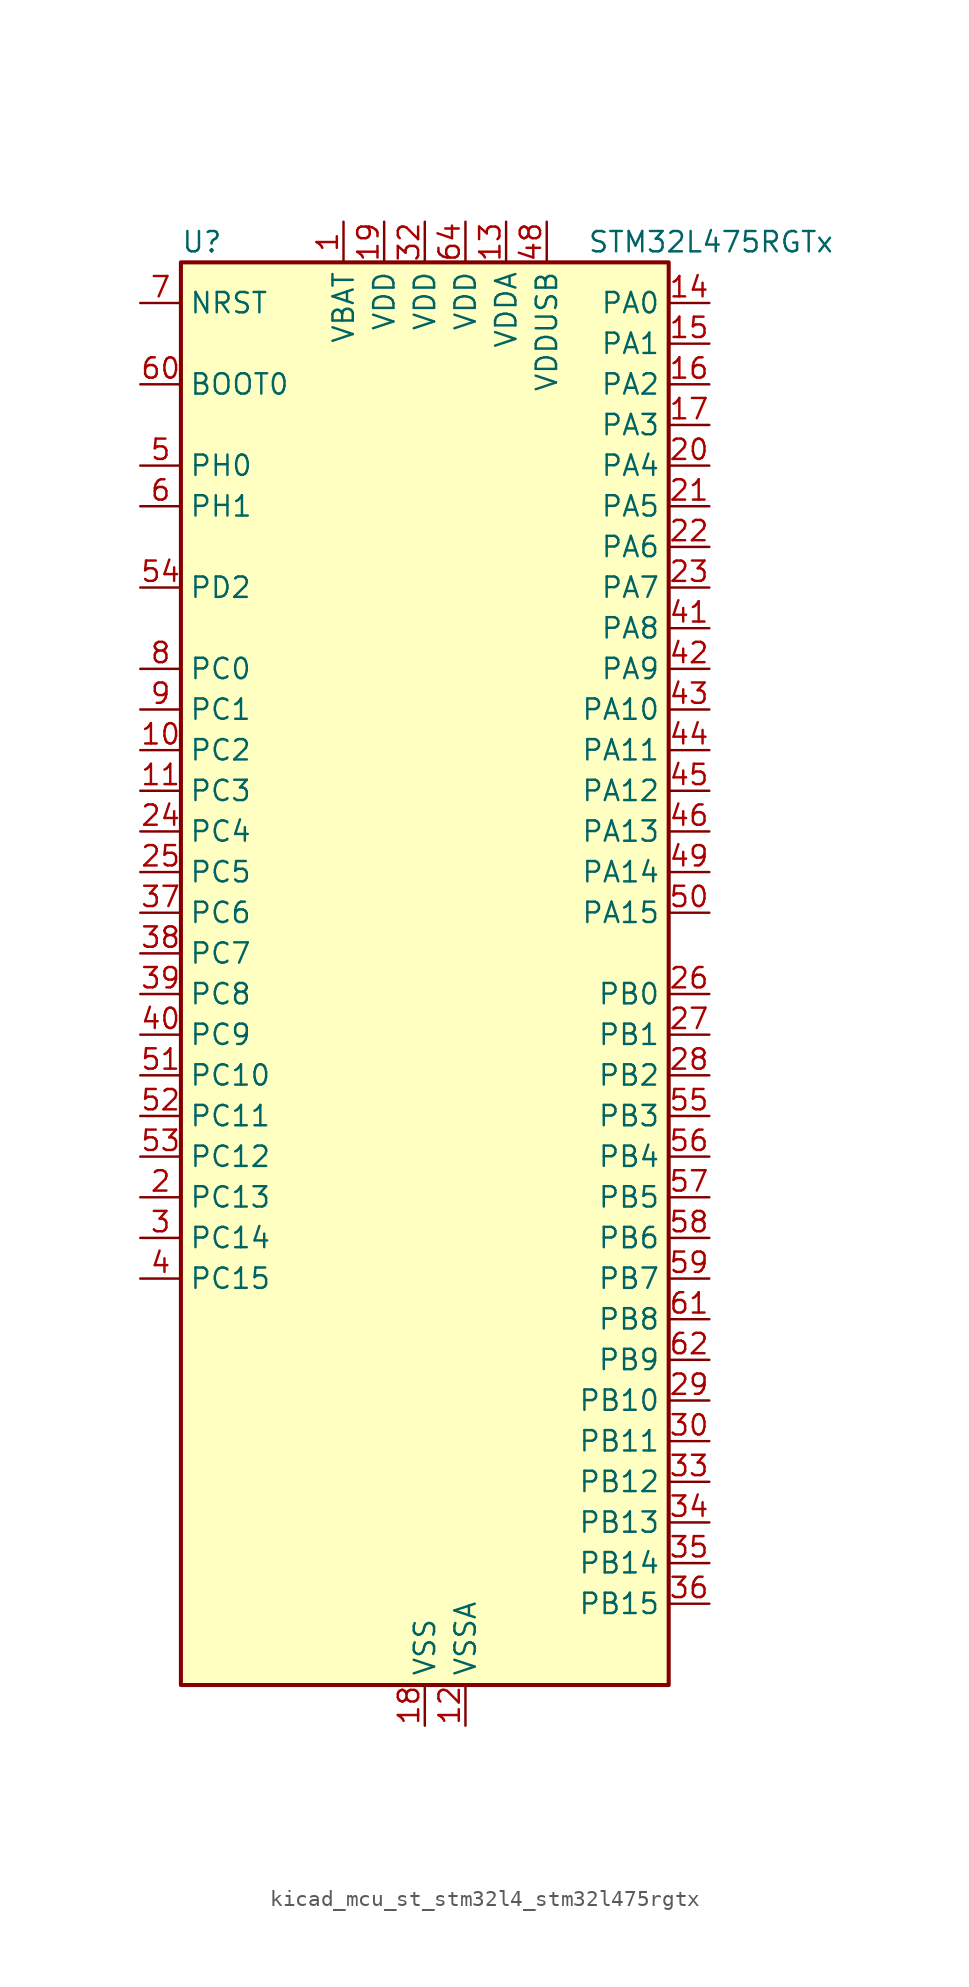
<source format=kicad_sym>
(kicad_symbol_lib
  (version 20220914)
  (generator kicad_symbol_editor)
  (symbol "kicad_mcu_st_stm32l4_stm32l475rgtx"
    (property "Reference" "U"
      (at -15.24 46.99 0)
      (effects (font (size 1.27 1.27)) (justify left)))
    (property "Value" "STM32L475RGTx"
      (at 10.16 46.99 0)
      (effects (font (size 1.27 1.27)) (justify left)))
    (property "ki_locked" ""
      (at 0 0 0)
      (effects (font (size 1.27 1.27))))
    (symbol "kicad_mcu_st_stm32l4_stm32l475rgtx_0_1"
      (rectangle (start -15.24 -43.18) (end 15.24 45.72) (stroke (width 0.254) (type default)) (fill (type background))))
    (symbol "kicad_mcu_st_stm32l4_stm32l475rgtx_1_1"
      (pin power_in line (at -5.08 48.26 270) (length 2.54) (name "VBAT" (effects (font (size 1.27 1.27)))) (number "1" (effects (font (size 1.27 1.27)))))
      (pin bidirectional line (at -17.78 15.24 0) (length 2.54) (name "PC2" (effects (font (size 1.27 1.27)))) (number "10" (effects (font (size 1.27 1.27)))) (alternate "ADC1_IN3" bidirectional line) (alternate "ADC2_IN3" bidirectional line) (alternate "ADC3_IN3" bidirectional line) (alternate "DFSDM1_CKOUT" bidirectional line) (alternate "LPTIM1_IN2" bidirectional line) (alternate "SPI2_MISO" bidirectional line))
      (pin bidirectional line (at -17.78 12.7 0) (length 2.54) (name "PC3" (effects (font (size 1.27 1.27)))) (number "11" (effects (font (size 1.27 1.27)))) (alternate "ADC1_IN4" bidirectional line) (alternate "ADC2_IN4" bidirectional line) (alternate "ADC3_IN4" bidirectional line) (alternate "LPTIM1_ETR" bidirectional line) (alternate "LPTIM2_ETR" bidirectional line) (alternate "SAI1_SD_A" bidirectional line) (alternate "SPI2_MOSI" bidirectional line))
      (pin power_in line (at 2.54 -45.72 90) (length 2.54) (name "VSSA" (effects (font (size 1.27 1.27)))) (number "12" (effects (font (size 1.27 1.27)))))
      (pin power_in line (at 5.08 48.26 270) (length 2.54) (name "VDDA" (effects (font (size 1.27 1.27)))) (number "13" (effects (font (size 1.27 1.27)))))
      (pin bidirectional line (at 17.78 43.18 180) (length 2.54) (name "PA0" (effects (font (size 1.27 1.27)))) (number "14" (effects (font (size 1.27 1.27)))) (alternate "ADC1_IN5" bidirectional line) (alternate "ADC2_IN5" bidirectional line) (alternate "OPAMP1_VINP" bidirectional line) (alternate "RTC_TAMP2" bidirectional line) (alternate "SAI1_EXTCLK" bidirectional line) (alternate "SYS_WKUP1" bidirectional line) (alternate "TIM2_CH1" bidirectional line) (alternate "TIM2_ETR" bidirectional line) (alternate "TIM5_CH1" bidirectional line) (alternate "TIM8_ETR" bidirectional line) (alternate "UART4_TX" bidirectional line) (alternate "USART2_CTS" bidirectional line))
      (pin bidirectional line (at 17.78 40.64 180) (length 2.54) (name "PA1" (effects (font (size 1.27 1.27)))) (number "15" (effects (font (size 1.27 1.27)))) (alternate "ADC1_IN6" bidirectional line) (alternate "ADC2_IN6" bidirectional line) (alternate "OPAMP1_VINM" bidirectional line) (alternate "TIM15_CH1N" bidirectional line) (alternate "TIM2_CH2" bidirectional line) (alternate "TIM5_CH2" bidirectional line) (alternate "UART4_RX" bidirectional line) (alternate "USART2_DE" bidirectional line) (alternate "USART2_RTS" bidirectional line))
      (pin bidirectional line (at 17.78 38.1 180) (length 2.54) (name "PA2" (effects (font (size 1.27 1.27)))) (number "16" (effects (font (size 1.27 1.27)))) (alternate "ADC1_IN7" bidirectional line) (alternate "ADC2_IN7" bidirectional line) (alternate "RCC_LSCO" bidirectional line) (alternate "SAI2_EXTCLK" bidirectional line) (alternate "SYS_WKUP4" bidirectional line) (alternate "TIM15_CH1" bidirectional line) (alternate "TIM2_CH3" bidirectional line) (alternate "TIM5_CH3" bidirectional line) (alternate "USART2_TX" bidirectional line))
      (pin bidirectional line (at 17.78 35.56 180) (length 2.54) (name "PA3" (effects (font (size 1.27 1.27)))) (number "17" (effects (font (size 1.27 1.27)))) (alternate "ADC1_IN8" bidirectional line) (alternate "ADC2_IN8" bidirectional line) (alternate "OPAMP1_VOUT" bidirectional line) (alternate "TIM15_CH2" bidirectional line) (alternate "TIM2_CH4" bidirectional line) (alternate "TIM5_CH4" bidirectional line) (alternate "USART2_RX" bidirectional line))
      (pin power_in line (at 0 -45.72 90) (length 2.54) (name "VSS" (effects (font (size 1.27 1.27)))) (number "18" (effects (font (size 1.27 1.27)))))
      (pin power_in line (at -2.54 48.26 270) (length 2.54) (name "VDD" (effects (font (size 1.27 1.27)))) (number "19" (effects (font (size 1.27 1.27)))))
      (pin bidirectional line (at -17.78 -12.7 0) (length 2.54) (name "PC13" (effects (font (size 1.27 1.27)))) (number "2" (effects (font (size 1.27 1.27)))) (alternate "RTC_OUT_ALARM" bidirectional line) (alternate "RTC_OUT_CALIB" bidirectional line) (alternate "RTC_TAMP1" bidirectional line) (alternate "RTC_TS" bidirectional line) (alternate "SYS_WKUP2" bidirectional line))
      (pin bidirectional line (at 17.78 33.02 180) (length 2.54) (name "PA4" (effects (font (size 1.27 1.27)))) (number "20" (effects (font (size 1.27 1.27)))) (alternate "ADC1_IN9" bidirectional line) (alternate "ADC2_IN9" bidirectional line) (alternate "DAC1_OUT1" bidirectional line) (alternate "LPTIM2_OUT" bidirectional line) (alternate "SAI1_FS_B" bidirectional line) (alternate "SPI1_NSS" bidirectional line) (alternate "SPI3_NSS" bidirectional line) (alternate "USART2_CK" bidirectional line))
      (pin bidirectional line (at 17.78 30.48 180) (length 2.54) (name "PA5" (effects (font (size 1.27 1.27)))) (number "21" (effects (font (size 1.27 1.27)))) (alternate "ADC1_IN10" bidirectional line) (alternate "ADC2_IN10" bidirectional line) (alternate "DAC1_OUT2" bidirectional line) (alternate "LPTIM2_ETR" bidirectional line) (alternate "SPI1_SCK" bidirectional line) (alternate "TIM2_CH1" bidirectional line) (alternate "TIM2_ETR" bidirectional line) (alternate "TIM8_CH1N" bidirectional line))
      (pin bidirectional line (at 17.78 27.94 180) (length 2.54) (name "PA6" (effects (font (size 1.27 1.27)))) (number "22" (effects (font (size 1.27 1.27)))) (alternate "ADC1_IN11" bidirectional line) (alternate "ADC2_IN11" bidirectional line) (alternate "OPAMP2_VINP" bidirectional line) (alternate "QUADSPI_BK1_IO3" bidirectional line) (alternate "SPI1_MISO" bidirectional line) (alternate "TIM16_CH1" bidirectional line) (alternate "TIM1_BKIN" bidirectional line) (alternate "TIM1_BKIN_COMP2" bidirectional line) (alternate "TIM3_CH1" bidirectional line) (alternate "TIM8_BKIN" bidirectional line) (alternate "TIM8_BKIN_COMP2" bidirectional line) (alternate "USART3_CTS" bidirectional line))
      (pin bidirectional line (at 17.78 25.4 180) (length 2.54) (name "PA7" (effects (font (size 1.27 1.27)))) (number "23" (effects (font (size 1.27 1.27)))) (alternate "ADC1_IN12" bidirectional line) (alternate "ADC2_IN12" bidirectional line) (alternate "OPAMP2_VINM" bidirectional line) (alternate "QUADSPI_BK1_IO2" bidirectional line) (alternate "SPI1_MOSI" bidirectional line) (alternate "TIM17_CH1" bidirectional line) (alternate "TIM1_CH1N" bidirectional line) (alternate "TIM3_CH2" bidirectional line) (alternate "TIM8_CH1N" bidirectional line))
      (pin bidirectional line (at -17.78 10.16 0) (length 2.54) (name "PC4" (effects (font (size 1.27 1.27)))) (number "24" (effects (font (size 1.27 1.27)))) (alternate "ADC1_IN13" bidirectional line) (alternate "ADC2_IN13" bidirectional line) (alternate "COMP1_INM" bidirectional line) (alternate "USART3_TX" bidirectional line))
      (pin bidirectional line (at -17.78 7.62 0) (length 2.54) (name "PC5" (effects (font (size 1.27 1.27)))) (number "25" (effects (font (size 1.27 1.27)))) (alternate "ADC1_IN14" bidirectional line) (alternate "ADC2_IN14" bidirectional line) (alternate "COMP1_INP" bidirectional line) (alternate "SYS_WKUP5" bidirectional line) (alternate "USART3_RX" bidirectional line))
      (pin bidirectional line (at 17.78 0 180) (length 2.54) (name "PB0" (effects (font (size 1.27 1.27)))) (number "26" (effects (font (size 1.27 1.27)))) (alternate "ADC1_IN15" bidirectional line) (alternate "ADC2_IN15" bidirectional line) (alternate "COMP1_OUT" bidirectional line) (alternate "OPAMP2_VOUT" bidirectional line) (alternate "QUADSPI_BK1_IO1" bidirectional line) (alternate "TIM1_CH2N" bidirectional line) (alternate "TIM3_CH3" bidirectional line) (alternate "TIM8_CH2N" bidirectional line) (alternate "USART3_CK" bidirectional line))
      (pin bidirectional line (at 17.78 -2.54 180) (length 2.54) (name "PB1" (effects (font (size 1.27 1.27)))) (number "27" (effects (font (size 1.27 1.27)))) (alternate "ADC1_IN16" bidirectional line) (alternate "ADC2_IN16" bidirectional line) (alternate "COMP1_INM" bidirectional line) (alternate "DFSDM1_DATIN0" bidirectional line) (alternate "LPTIM2_IN1" bidirectional line) (alternate "QUADSPI_BK1_IO0" bidirectional line) (alternate "TIM1_CH3N" bidirectional line) (alternate "TIM3_CH4" bidirectional line) (alternate "TIM8_CH3N" bidirectional line) (alternate "USART3_DE" bidirectional line) (alternate "USART3_RTS" bidirectional line))
      (pin bidirectional line (at 17.78 -5.08 180) (length 2.54) (name "PB2" (effects (font (size 1.27 1.27)))) (number "28" (effects (font (size 1.27 1.27)))) (alternate "COMP1_INP" bidirectional line) (alternate "DFSDM1_CKIN0" bidirectional line) (alternate "I2C3_SMBA" bidirectional line) (alternate "LPTIM1_OUT" bidirectional line) (alternate "RTC_OUT_ALARM" bidirectional line) (alternate "RTC_OUT_CALIB" bidirectional line))
      (pin bidirectional line (at 17.78 -25.4 180) (length 2.54) (name "PB10" (effects (font (size 1.27 1.27)))) (number "29" (effects (font (size 1.27 1.27)))) (alternate "COMP1_OUT" bidirectional line) (alternate "DFSDM1_DATIN7" bidirectional line) (alternate "I2C2_SCL" bidirectional line) (alternate "LPUART1_RX" bidirectional line) (alternate "QUADSPI_CLK" bidirectional line) (alternate "SAI1_SCK_A" bidirectional line) (alternate "SPI2_SCK" bidirectional line) (alternate "TIM2_CH3" bidirectional line) (alternate "USART3_TX" bidirectional line))
      (pin bidirectional line (at -17.78 -15.24 0) (length 2.54) (name "PC14" (effects (font (size 1.27 1.27)))) (number "3" (effects (font (size 1.27 1.27)))) (alternate "RCC_OSC32_IN" bidirectional line))
      (pin bidirectional line (at 17.78 -27.94 180) (length 2.54) (name "PB11" (effects (font (size 1.27 1.27)))) (number "30" (effects (font (size 1.27 1.27)))) (alternate "ADC1_EXTI11" bidirectional line) (alternate "ADC2_EXTI11" bidirectional line) (alternate "ADC3_EXTI11" bidirectional line) (alternate "COMP2_OUT" bidirectional line) (alternate "DFSDM1_CKIN7" bidirectional line) (alternate "I2C2_SDA" bidirectional line) (alternate "LPUART1_TX" bidirectional line) (alternate "QUADSPI_NCS" bidirectional line) (alternate "TIM2_CH4" bidirectional line) (alternate "USART3_RX" bidirectional line))
      (pin passive line (at 0 -45.72 90) (length 2.54) hide (name "VSS" (effects (font (size 1.27 1.27)))) (number "31" (effects (font (size 1.27 1.27)))))
      (pin power_in line (at 0 48.26 270) (length 2.54) (name "VDD" (effects (font (size 1.27 1.27)))) (number "32" (effects (font (size 1.27 1.27)))))
      (pin bidirectional line (at 17.78 -30.48 180) (length 2.54) (name "PB12" (effects (font (size 1.27 1.27)))) (number "33" (effects (font (size 1.27 1.27)))) (alternate "DFSDM1_DATIN1" bidirectional line) (alternate "I2C2_SMBA" bidirectional line) (alternate "LPUART1_DE" bidirectional line) (alternate "LPUART1_RTS" bidirectional line) (alternate "SAI2_FS_A" bidirectional line) (alternate "SPI2_NSS" bidirectional line) (alternate "SWPMI1_IO" bidirectional line) (alternate "TIM15_BKIN" bidirectional line) (alternate "TIM1_BKIN" bidirectional line) (alternate "TIM1_BKIN_COMP2" bidirectional line) (alternate "TSC_G1_IO1" bidirectional line) (alternate "USART3_CK" bidirectional line))
      (pin bidirectional line (at 17.78 -33.02 180) (length 2.54) (name "PB13" (effects (font (size 1.27 1.27)))) (number "34" (effects (font (size 1.27 1.27)))) (alternate "DFSDM1_CKIN1" bidirectional line) (alternate "I2C2_SCL" bidirectional line) (alternate "LPUART1_CTS" bidirectional line) (alternate "SAI2_SCK_A" bidirectional line) (alternate "SPI2_SCK" bidirectional line) (alternate "SWPMI1_TX" bidirectional line) (alternate "TIM15_CH1N" bidirectional line) (alternate "TIM1_CH1N" bidirectional line) (alternate "TSC_G1_IO2" bidirectional line) (alternate "USART3_CTS" bidirectional line))
      (pin bidirectional line (at 17.78 -35.56 180) (length 2.54) (name "PB14" (effects (font (size 1.27 1.27)))) (number "35" (effects (font (size 1.27 1.27)))) (alternate "DFSDM1_DATIN2" bidirectional line) (alternate "I2C2_SDA" bidirectional line) (alternate "SAI2_MCLK_A" bidirectional line) (alternate "SPI2_MISO" bidirectional line) (alternate "SWPMI1_RX" bidirectional line) (alternate "TIM15_CH1" bidirectional line) (alternate "TIM1_CH2N" bidirectional line) (alternate "TIM8_CH2N" bidirectional line) (alternate "TSC_G1_IO3" bidirectional line) (alternate "USART3_DE" bidirectional line) (alternate "USART3_RTS" bidirectional line))
      (pin bidirectional line (at 17.78 -38.1 180) (length 2.54) (name "PB15" (effects (font (size 1.27 1.27)))) (number "36" (effects (font (size 1.27 1.27)))) (alternate "ADC1_EXTI15" bidirectional line) (alternate "ADC2_EXTI15" bidirectional line) (alternate "ADC3_EXTI15" bidirectional line) (alternate "DFSDM1_CKIN2" bidirectional line) (alternate "RTC_REFIN" bidirectional line) (alternate "SAI2_SD_A" bidirectional line) (alternate "SPI2_MOSI" bidirectional line) (alternate "SWPMI1_SUSPEND" bidirectional line) (alternate "TIM15_CH2" bidirectional line) (alternate "TIM1_CH3N" bidirectional line) (alternate "TIM8_CH3N" bidirectional line) (alternate "TSC_G1_IO4" bidirectional line))
      (pin bidirectional line (at -17.78 5.08 0) (length 2.54) (name "PC6" (effects (font (size 1.27 1.27)))) (number "37" (effects (font (size 1.27 1.27)))) (alternate "DFSDM1_CKIN3" bidirectional line) (alternate "SAI2_MCLK_A" bidirectional line) (alternate "SDMMC1_D6" bidirectional line) (alternate "TIM3_CH1" bidirectional line) (alternate "TIM8_CH1" bidirectional line) (alternate "TSC_G4_IO1" bidirectional line))
      (pin bidirectional line (at -17.78 2.54 0) (length 2.54) (name "PC7" (effects (font (size 1.27 1.27)))) (number "38" (effects (font (size 1.27 1.27)))) (alternate "DFSDM1_DATIN3" bidirectional line) (alternate "SAI2_MCLK_B" bidirectional line) (alternate "SDMMC1_D7" bidirectional line) (alternate "TIM3_CH2" bidirectional line) (alternate "TIM8_CH2" bidirectional line) (alternate "TSC_G4_IO2" bidirectional line))
      (pin bidirectional line (at -17.78 0 0) (length 2.54) (name "PC8" (effects (font (size 1.27 1.27)))) (number "39" (effects (font (size 1.27 1.27)))) (alternate "SDMMC1_D0" bidirectional line) (alternate "TIM3_CH3" bidirectional line) (alternate "TIM8_CH3" bidirectional line) (alternate "TSC_G4_IO3" bidirectional line))
      (pin bidirectional line (at -17.78 -17.78 0) (length 2.54) (name "PC15" (effects (font (size 1.27 1.27)))) (number "4" (effects (font (size 1.27 1.27)))) (alternate "ADC1_EXTI15" bidirectional line) (alternate "ADC2_EXTI15" bidirectional line) (alternate "ADC3_EXTI15" bidirectional line) (alternate "RCC_OSC32_OUT" bidirectional line))
      (pin bidirectional line (at -17.78 -2.54 0) (length 2.54) (name "PC9" (effects (font (size 1.27 1.27)))) (number "40" (effects (font (size 1.27 1.27)))) (alternate "DAC1_EXTI9" bidirectional line) (alternate "SAI2_EXTCLK" bidirectional line) (alternate "SDMMC1_D1" bidirectional line) (alternate "TIM3_CH4" bidirectional line) (alternate "TIM8_BKIN2" bidirectional line) (alternate "TIM8_BKIN2_COMP1" bidirectional line) (alternate "TIM8_CH4" bidirectional line) (alternate "TSC_G4_IO4" bidirectional line) (alternate "USB_OTG_FS_NOE" bidirectional line))
      (pin bidirectional line (at 17.78 22.86 180) (length 2.54) (name "PA8" (effects (font (size 1.27 1.27)))) (number "41" (effects (font (size 1.27 1.27)))) (alternate "LPTIM2_OUT" bidirectional line) (alternate "RCC_MCO" bidirectional line) (alternate "TIM1_CH1" bidirectional line) (alternate "USART1_CK" bidirectional line) (alternate "USB_OTG_FS_SOF" bidirectional line))
      (pin bidirectional line (at 17.78 20.32 180) (length 2.54) (name "PA9" (effects (font (size 1.27 1.27)))) (number "42" (effects (font (size 1.27 1.27)))) (alternate "DAC1_EXTI9" bidirectional line) (alternate "TIM15_BKIN" bidirectional line) (alternate "TIM1_CH2" bidirectional line) (alternate "USART1_TX" bidirectional line) (alternate "USB_OTG_FS_VBUS" bidirectional line))
      (pin bidirectional line (at 17.78 17.78 180) (length 2.54) (name "PA10" (effects (font (size 1.27 1.27)))) (number "43" (effects (font (size 1.27 1.27)))) (alternate "TIM17_BKIN" bidirectional line) (alternate "TIM1_CH3" bidirectional line) (alternate "USART1_RX" bidirectional line) (alternate "USB_OTG_FS_ID" bidirectional line))
      (pin bidirectional line (at 17.78 15.24 180) (length 2.54) (name "PA11" (effects (font (size 1.27 1.27)))) (number "44" (effects (font (size 1.27 1.27)))) (alternate "ADC1_EXTI11" bidirectional line) (alternate "ADC2_EXTI11" bidirectional line) (alternate "ADC3_EXTI11" bidirectional line) (alternate "CAN1_RX" bidirectional line) (alternate "TIM1_BKIN2" bidirectional line) (alternate "TIM1_BKIN2_COMP1" bidirectional line) (alternate "TIM1_CH4" bidirectional line) (alternate "USART1_CTS" bidirectional line) (alternate "USB_OTG_FS_DM" bidirectional line))
      (pin bidirectional line (at 17.78 12.7 180) (length 2.54) (name "PA12" (effects (font (size 1.27 1.27)))) (number "45" (effects (font (size 1.27 1.27)))) (alternate "CAN1_TX" bidirectional line) (alternate "TIM1_ETR" bidirectional line) (alternate "USART1_DE" bidirectional line) (alternate "USART1_RTS" bidirectional line) (alternate "USB_OTG_FS_DP" bidirectional line))
      (pin bidirectional line (at 17.78 10.16 180) (length 2.54) (name "PA13" (effects (font (size 1.27 1.27)))) (number "46" (effects (font (size 1.27 1.27)))) (alternate "IR_OUT" bidirectional line) (alternate "SYS_JTMS-SWDIO" bidirectional line) (alternate "USB_OTG_FS_NOE" bidirectional line))
      (pin passive line (at 0 -45.72 90) (length 2.54) hide (name "VSS" (effects (font (size 1.27 1.27)))) (number "47" (effects (font (size 1.27 1.27)))))
      (pin power_in line (at 7.62 48.26 270) (length 2.54) (name "VDDUSB" (effects (font (size 1.27 1.27)))) (number "48" (effects (font (size 1.27 1.27)))))
      (pin bidirectional line (at 17.78 7.62 180) (length 2.54) (name "PA14" (effects (font (size 1.27 1.27)))) (number "49" (effects (font (size 1.27 1.27)))) (alternate "SYS_JTCK-SWCLK" bidirectional line))
      (pin bidirectional line (at -17.78 33.02 0) (length 2.54) (name "PH0" (effects (font (size 1.27 1.27)))) (number "5" (effects (font (size 1.27 1.27)))) (alternate "RCC_OSC_IN" bidirectional line))
      (pin bidirectional line (at 17.78 5.08 180) (length 2.54) (name "PA15" (effects (font (size 1.27 1.27)))) (number "50" (effects (font (size 1.27 1.27)))) (alternate "ADC1_EXTI15" bidirectional line) (alternate "ADC2_EXTI15" bidirectional line) (alternate "ADC3_EXTI15" bidirectional line) (alternate "SAI2_FS_B" bidirectional line) (alternate "SPI1_NSS" bidirectional line) (alternate "SPI3_NSS" bidirectional line) (alternate "SYS_JTDI" bidirectional line) (alternate "TIM2_CH1" bidirectional line) (alternate "TIM2_ETR" bidirectional line) (alternate "TSC_G3_IO1" bidirectional line) (alternate "UART4_DE" bidirectional line) (alternate "UART4_RTS" bidirectional line))
      (pin bidirectional line (at -17.78 -5.08 0) (length 2.54) (name "PC10" (effects (font (size 1.27 1.27)))) (number "51" (effects (font (size 1.27 1.27)))) (alternate "SAI2_SCK_B" bidirectional line) (alternate "SDMMC1_D2" bidirectional line) (alternate "SPI3_SCK" bidirectional line) (alternate "TSC_G3_IO2" bidirectional line) (alternate "UART4_TX" bidirectional line) (alternate "USART3_TX" bidirectional line))
      (pin bidirectional line (at -17.78 -7.62 0) (length 2.54) (name "PC11" (effects (font (size 1.27 1.27)))) (number "52" (effects (font (size 1.27 1.27)))) (alternate "ADC1_EXTI11" bidirectional line) (alternate "ADC2_EXTI11" bidirectional line) (alternate "ADC3_EXTI11" bidirectional line) (alternate "SAI2_MCLK_B" bidirectional line) (alternate "SDMMC1_D3" bidirectional line) (alternate "SPI3_MISO" bidirectional line) (alternate "TSC_G3_IO3" bidirectional line) (alternate "UART4_RX" bidirectional line) (alternate "USART3_RX" bidirectional line))
      (pin bidirectional line (at -17.78 -10.16 0) (length 2.54) (name "PC12" (effects (font (size 1.27 1.27)))) (number "53" (effects (font (size 1.27 1.27)))) (alternate "SAI2_SD_B" bidirectional line) (alternate "SDMMC1_CK" bidirectional line) (alternate "SPI3_MOSI" bidirectional line) (alternate "TSC_G3_IO4" bidirectional line) (alternate "UART5_TX" bidirectional line) (alternate "USART3_CK" bidirectional line))
      (pin bidirectional line (at -17.78 25.4 0) (length 2.54) (name "PD2" (effects (font (size 1.27 1.27)))) (number "54" (effects (font (size 1.27 1.27)))) (alternate "SDMMC1_CMD" bidirectional line) (alternate "TIM3_ETR" bidirectional line) (alternate "TSC_SYNC" bidirectional line) (alternate "UART5_RX" bidirectional line) (alternate "USART3_DE" bidirectional line) (alternate "USART3_RTS" bidirectional line))
      (pin bidirectional line (at 17.78 -7.62 180) (length 2.54) (name "PB3" (effects (font (size 1.27 1.27)))) (number "55" (effects (font (size 1.27 1.27)))) (alternate "COMP2_INM" bidirectional line) (alternate "SAI1_SCK_B" bidirectional line) (alternate "SPI1_SCK" bidirectional line) (alternate "SPI3_SCK" bidirectional line) (alternate "SYS_JTDO-SWO" bidirectional line) (alternate "TIM2_CH2" bidirectional line) (alternate "USART1_DE" bidirectional line) (alternate "USART1_RTS" bidirectional line))
      (pin bidirectional line (at 17.78 -10.16 180) (length 2.54) (name "PB4" (effects (font (size 1.27 1.27)))) (number "56" (effects (font (size 1.27 1.27)))) (alternate "COMP2_INP" bidirectional line) (alternate "SAI1_MCLK_B" bidirectional line) (alternate "SPI1_MISO" bidirectional line) (alternate "SPI3_MISO" bidirectional line) (alternate "SYS_JTRST" bidirectional line) (alternate "TIM17_BKIN" bidirectional line) (alternate "TIM3_CH1" bidirectional line) (alternate "TSC_G2_IO1" bidirectional line) (alternate "UART5_DE" bidirectional line) (alternate "UART5_RTS" bidirectional line) (alternate "USART1_CTS" bidirectional line))
      (pin bidirectional line (at 17.78 -12.7 180) (length 2.54) (name "PB5" (effects (font (size 1.27 1.27)))) (number "57" (effects (font (size 1.27 1.27)))) (alternate "COMP2_OUT" bidirectional line) (alternate "I2C1_SMBA" bidirectional line) (alternate "LPTIM1_IN1" bidirectional line) (alternate "SAI1_SD_B" bidirectional line) (alternate "SPI1_MOSI" bidirectional line) (alternate "SPI3_MOSI" bidirectional line) (alternate "TIM16_BKIN" bidirectional line) (alternate "TIM3_CH2" bidirectional line) (alternate "TSC_G2_IO2" bidirectional line) (alternate "UART5_CTS" bidirectional line) (alternate "USART1_CK" bidirectional line))
      (pin bidirectional line (at 17.78 -15.24 180) (length 2.54) (name "PB6" (effects (font (size 1.27 1.27)))) (number "58" (effects (font (size 1.27 1.27)))) (alternate "COMP2_INP" bidirectional line) (alternate "DFSDM1_DATIN5" bidirectional line) (alternate "I2C1_SCL" bidirectional line) (alternate "LPTIM1_ETR" bidirectional line) (alternate "SAI1_FS_B" bidirectional line) (alternate "TIM16_CH1N" bidirectional line) (alternate "TIM4_CH1" bidirectional line) (alternate "TIM8_BKIN2" bidirectional line) (alternate "TIM8_BKIN2_COMP2" bidirectional line) (alternate "TSC_G2_IO3" bidirectional line) (alternate "USART1_TX" bidirectional line))
      (pin bidirectional line (at 17.78 -17.78 180) (length 2.54) (name "PB7" (effects (font (size 1.27 1.27)))) (number "59" (effects (font (size 1.27 1.27)))) (alternate "COMP2_INM" bidirectional line) (alternate "DFSDM1_CKIN5" bidirectional line) (alternate "I2C1_SDA" bidirectional line) (alternate "LPTIM1_IN2" bidirectional line) (alternate "SYS_PVD_IN" bidirectional line) (alternate "TIM17_CH1N" bidirectional line) (alternate "TIM4_CH2" bidirectional line) (alternate "TIM8_BKIN" bidirectional line) (alternate "TIM8_BKIN_COMP1" bidirectional line) (alternate "TSC_G2_IO4" bidirectional line) (alternate "UART4_CTS" bidirectional line) (alternate "USART1_RX" bidirectional line))
      (pin bidirectional line (at -17.78 30.48 0) (length 2.54) (name "PH1" (effects (font (size 1.27 1.27)))) (number "6" (effects (font (size 1.27 1.27)))) (alternate "RCC_OSC_OUT" bidirectional line))
      (pin input line (at -17.78 38.1 0) (length 2.54) (name "BOOT0" (effects (font (size 1.27 1.27)))) (number "60" (effects (font (size 1.27 1.27)))))
      (pin bidirectional line (at 17.78 -20.32 180) (length 2.54) (name "PB8" (effects (font (size 1.27 1.27)))) (number "61" (effects (font (size 1.27 1.27)))) (alternate "CAN1_RX" bidirectional line) (alternate "DFSDM1_DATIN6" bidirectional line) (alternate "I2C1_SCL" bidirectional line) (alternate "SAI1_MCLK_A" bidirectional line) (alternate "SDMMC1_D4" bidirectional line) (alternate "TIM16_CH1" bidirectional line) (alternate "TIM4_CH3" bidirectional line))
      (pin bidirectional line (at 17.78 -22.86 180) (length 2.54) (name "PB9" (effects (font (size 1.27 1.27)))) (number "62" (effects (font (size 1.27 1.27)))) (alternate "CAN1_TX" bidirectional line) (alternate "DAC1_EXTI9" bidirectional line) (alternate "DFSDM1_CKIN6" bidirectional line) (alternate "I2C1_SDA" bidirectional line) (alternate "IR_OUT" bidirectional line) (alternate "SAI1_FS_A" bidirectional line) (alternate "SDMMC1_D5" bidirectional line) (alternate "SPI2_NSS" bidirectional line) (alternate "TIM17_CH1" bidirectional line) (alternate "TIM4_CH4" bidirectional line))
      (pin passive line (at 0 -45.72 90) (length 2.54) hide (name "VSS" (effects (font (size 1.27 1.27)))) (number "63" (effects (font (size 1.27 1.27)))))
      (pin power_in line (at 2.54 48.26 270) (length 2.54) (name "VDD" (effects (font (size 1.27 1.27)))) (number "64" (effects (font (size 1.27 1.27)))))
      (pin input line (at -17.78 43.18 0) (length 2.54) (name "NRST" (effects (font (size 1.27 1.27)))) (number "7" (effects (font (size 1.27 1.27)))))
      (pin bidirectional line (at -17.78 20.32 0) (length 2.54) (name "PC0" (effects (font (size 1.27 1.27)))) (number "8" (effects (font (size 1.27 1.27)))) (alternate "ADC1_IN1" bidirectional line) (alternate "ADC2_IN1" bidirectional line) (alternate "ADC3_IN1" bidirectional line) (alternate "DFSDM1_DATIN4" bidirectional line) (alternate "I2C3_SCL" bidirectional line) (alternate "LPTIM1_IN1" bidirectional line) (alternate "LPTIM2_IN1" bidirectional line) (alternate "LPUART1_RX" bidirectional line))
      (pin bidirectional line (at -17.78 17.78 0) (length 2.54) (name "PC1" (effects (font (size 1.27 1.27)))) (number "9" (effects (font (size 1.27 1.27)))) (alternate "ADC1_IN2" bidirectional line) (alternate "ADC2_IN2" bidirectional line) (alternate "ADC3_IN2" bidirectional line) (alternate "DFSDM1_CKIN4" bidirectional line) (alternate "I2C3_SDA" bidirectional line) (alternate "LPTIM1_OUT" bidirectional line) (alternate "LPUART1_TX" bidirectional line)))))
</source>
